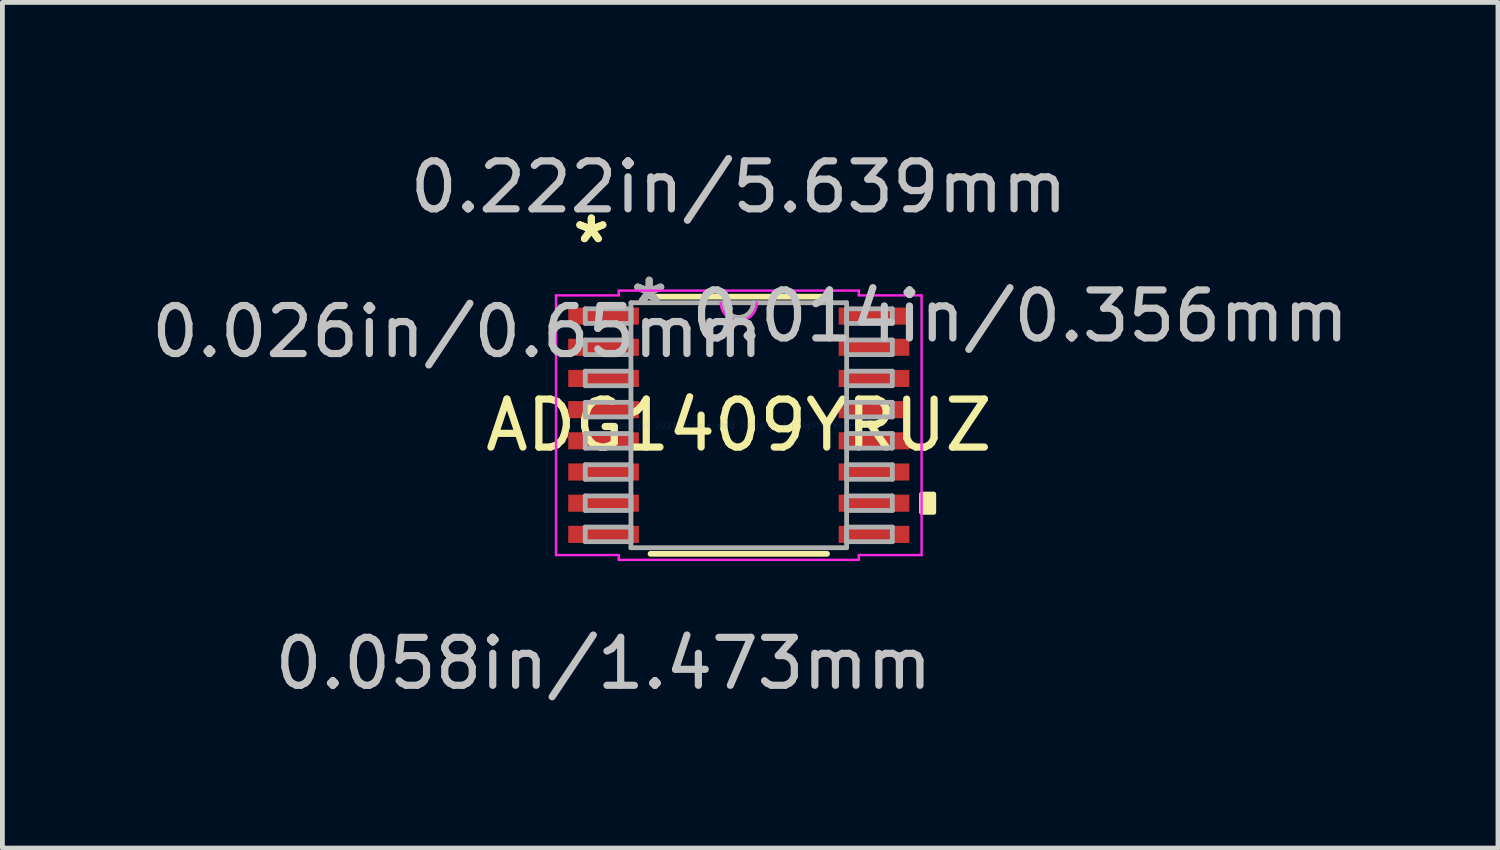
<source format=kicad_pcb>
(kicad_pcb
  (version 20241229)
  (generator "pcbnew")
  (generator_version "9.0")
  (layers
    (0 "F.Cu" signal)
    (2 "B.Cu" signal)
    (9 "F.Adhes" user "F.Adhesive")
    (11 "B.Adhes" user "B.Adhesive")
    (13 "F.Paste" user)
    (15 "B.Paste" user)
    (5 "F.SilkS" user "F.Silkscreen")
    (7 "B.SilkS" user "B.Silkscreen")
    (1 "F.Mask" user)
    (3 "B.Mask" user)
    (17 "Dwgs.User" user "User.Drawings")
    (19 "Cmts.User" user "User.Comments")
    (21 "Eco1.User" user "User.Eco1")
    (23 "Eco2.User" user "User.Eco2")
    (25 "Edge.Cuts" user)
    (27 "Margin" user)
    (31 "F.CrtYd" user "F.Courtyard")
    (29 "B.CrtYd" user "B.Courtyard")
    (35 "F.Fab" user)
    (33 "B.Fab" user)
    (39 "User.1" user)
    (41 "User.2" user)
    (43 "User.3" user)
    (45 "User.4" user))
  (footprint "ADG1409YRUZ"
    (layer "F.Cu")
    (at 12.35 5.814)
    (property "Reference" "ADG1409YRUZ" (at 0 0 0) (layer "F.SilkS") (effects (font (size 1 1) (thickness 0.15))))
    (attr through_hole)
    (fp_line (start -1.839 2.68) (end 1.839 2.68) (stroke (width 0.12) (type solid)) (layer "F.SilkS"))
    (fp_line (start 1.839 -2.68) (end -1.839 -2.68) (stroke (width 0.12) (type solid)) (layer "F.SilkS"))
    (fp_poly (pts (xy 4.064 1.435) (xy 4.064 1.816) (xy 3.81 1.816) (xy 3.81 1.435)) (stroke (width 0.1) (type solid)) (fill yes) (layer "F.SilkS"))
    (fp_line (start -3.81 -2.707) (end -2.502 -2.707) (stroke (width 0.05) (type solid)) (layer "F.CrtYd"))
    (fp_line (start -3.81 2.707) (end -3.81 -2.707) (stroke (width 0.05) (type solid)) (layer "F.CrtYd"))
    (fp_line (start -2.502 -2.807) (end 2.502 -2.807) (stroke (width 0.05) (type solid)) (layer "F.CrtYd"))
    (fp_line (start -2.502 -2.707) (end -2.502 -2.807) (stroke (width 0.05) (type solid)) (layer "F.CrtYd"))
    (fp_line (start -2.502 2.707) (end -3.81 2.707) (stroke (width 0.05) (type solid)) (layer "F.CrtYd"))
    (fp_line (start -2.502 2.807) (end -2.502 2.707) (stroke (width 0.05) (type solid)) (layer "F.CrtYd"))
    (fp_line (start 2.502 -2.807) (end 2.502 -2.707) (stroke (width 0.05) (type solid)) (layer "F.CrtYd"))
    (fp_line (start 2.502 -2.707) (end 3.81 -2.707) (stroke (width 0.05) (type solid)) (layer "F.CrtYd"))
    (fp_line (start 2.502 2.707) (end 2.502 2.807) (stroke (width 0.05) (type solid)) (layer "F.CrtYd"))
    (fp_line (start 2.502 2.807) (end -2.502 2.807) (stroke (width 0.05) (type solid)) (layer "F.CrtYd"))
    (fp_line (start 3.81 -2.707) (end 3.81 2.707) (stroke (width 0.05) (type solid)) (layer "F.CrtYd"))
    (fp_line (start 3.81 2.707) (end 2.502 2.707) (stroke (width 0.05) (type solid)) (layer "F.CrtYd"))
    (fp_arc (start 0.37465 -2.5527) (mid 0 -2.17805) (end -0.37465 -2.5527) (stroke (width 0.05) (type solid)) (layer "F.CrtYd"))
    (fp_line (start -3.2 -2.427) (end -3.2 -2.123) (stroke (width 0.1) (type solid)) (layer "F.Fab"))
    (fp_line (start -3.2 -2.123) (end -2.248 -2.123) (stroke (width 0.1) (type solid)) (layer "F.Fab"))
    (fp_line (start -3.2 -1.777) (end -3.2 -1.473) (stroke (width 0.1) (type solid)) (layer "F.Fab"))
    (fp_line (start -3.2 -1.473) (end -2.248 -1.473) (stroke (width 0.1) (type solid)) (layer "F.Fab"))
    (fp_line (start -3.2 -1.127) (end -3.2 -0.823) (stroke (width 0.1) (type solid)) (layer "F.Fab"))
    (fp_line (start -3.2 -0.823) (end -2.248 -0.823) (stroke (width 0.1) (type solid)) (layer "F.Fab"))
    (fp_line (start -3.2 -0.477) (end -3.2 -0.173) (stroke (width 0.1) (type solid)) (layer "F.Fab"))
    (fp_line (start -3.2 -0.173) (end -2.248 -0.173) (stroke (width 0.1) (type solid)) (layer "F.Fab"))
    (fp_line (start -3.2 0.173) (end -3.2 0.477) (stroke (width 0.1) (type solid)) (layer "F.Fab"))
    (fp_line (start -3.2 0.477) (end -2.248 0.477) (stroke (width 0.1) (type solid)) (layer "F.Fab"))
    (fp_line (start -3.2 0.823) (end -3.2 1.127) (stroke (width 0.1) (type solid)) (layer "F.Fab"))
    (fp_line (start -3.2 1.127) (end -2.248 1.127) (stroke (width 0.1) (type solid)) (layer "F.Fab"))
    (fp_line (start -3.2 1.473) (end -3.2 1.777) (stroke (width 0.1) (type solid)) (layer "F.Fab"))
    (fp_line (start -3.2 1.777) (end -2.248 1.777) (stroke (width 0.1) (type solid)) (layer "F.Fab"))
    (fp_line (start -3.2 2.123) (end -3.2 2.427) (stroke (width 0.1) (type solid)) (layer "F.Fab"))
    (fp_line (start -3.2 2.427) (end -2.248 2.427) (stroke (width 0.1) (type solid)) (layer "F.Fab"))
    (fp_line (start -2.248 -2.553) (end -2.248 2.553) (stroke (width 0.1) (type solid)) (layer "F.Fab"))
    (fp_line (start -2.248 -2.427) (end -3.2 -2.427) (stroke (width 0.1) (type solid)) (layer "F.Fab"))
    (fp_line (start -2.248 -2.123) (end -2.248 -2.427) (stroke (width 0.1) (type solid)) (layer "F.Fab"))
    (fp_line (start -2.248 -1.777) (end -3.2 -1.777) (stroke (width 0.1) (type solid)) (layer "F.Fab"))
    (fp_line (start -2.248 -1.473) (end -2.248 -1.777) (stroke (width 0.1) (type solid)) (layer "F.Fab"))
    (fp_line (start -2.248 -1.127) (end -3.2 -1.127) (stroke (width 0.1) (type solid)) (layer "F.Fab"))
    (fp_line (start -2.248 -0.823) (end -2.248 -1.127) (stroke (width 0.1) (type solid)) (layer "F.Fab"))
    (fp_line (start -2.248 -0.477) (end -3.2 -0.477) (stroke (width 0.1) (type solid)) (layer "F.Fab"))
    (fp_line (start -2.248 -0.173) (end -2.248 -0.477) (stroke (width 0.1) (type solid)) (layer "F.Fab"))
    (fp_line (start -2.248 0.173) (end -3.2 0.173) (stroke (width 0.1) (type solid)) (layer "F.Fab"))
    (fp_line (start -2.248 0.477) (end -2.248 0.173) (stroke (width 0.1) (type solid)) (layer "F.Fab"))
    (fp_line (start -2.248 0.823) (end -3.2 0.823) (stroke (width 0.1) (type solid)) (layer "F.Fab"))
    (fp_line (start -2.248 1.127) (end -2.248 0.823) (stroke (width 0.1) (type solid)) (layer "F.Fab"))
    (fp_line (start -2.248 1.473) (end -3.2 1.473) (stroke (width 0.1) (type solid)) (layer "F.Fab"))
    (fp_line (start -2.248 1.777) (end -2.248 1.473) (stroke (width 0.1) (type solid)) (layer "F.Fab"))
    (fp_line (start -2.248 2.123) (end -3.2 2.123) (stroke (width 0.1) (type solid)) (layer "F.Fab"))
    (fp_line (start -2.248 2.427) (end -2.248 2.123) (stroke (width 0.1) (type solid)) (layer "F.Fab"))
    (fp_line (start -2.248 2.553) (end 2.248 2.553) (stroke (width 0.1) (type solid)) (layer "F.Fab"))
    (fp_line (start 2.248 -2.553) (end -2.248 -2.553) (stroke (width 0.1) (type solid)) (layer "F.Fab"))
    (fp_line (start 2.248 -2.427) (end 2.248 -2.123) (stroke (width 0.1) (type solid)) (layer "F.Fab"))
    (fp_line (start 2.248 -2.123) (end 3.2 -2.123) (stroke (width 0.1) (type solid)) (layer "F.Fab"))
    (fp_line (start 2.248 -1.777) (end 2.248 -1.473) (stroke (width 0.1) (type solid)) (layer "F.Fab"))
    (fp_line (start 2.248 -1.473) (end 3.2 -1.473) (stroke (width 0.1) (type solid)) (layer "F.Fab"))
    (fp_line (start 2.248 -1.127) (end 2.248 -0.823) (stroke (width 0.1) (type solid)) (layer "F.Fab"))
    (fp_line (start 2.248 -0.823) (end 3.2 -0.823) (stroke (width 0.1) (type solid)) (layer "F.Fab"))
    (fp_line (start 2.248 -0.477) (end 2.248 -0.173) (stroke (width 0.1) (type solid)) (layer "F.Fab"))
    (fp_line (start 2.248 -0.173) (end 3.2 -0.173) (stroke (width 0.1) (type solid)) (layer "F.Fab"))
    (fp_line (start 2.248 0.173) (end 2.248 0.477) (stroke (width 0.1) (type solid)) (layer "F.Fab"))
    (fp_line (start 2.248 0.477) (end 3.2 0.477) (stroke (width 0.1) (type solid)) (layer "F.Fab"))
    (fp_line (start 2.248 0.823) (end 2.248 1.127) (stroke (width 0.1) (type solid)) (layer "F.Fab"))
    (fp_line (start 2.248 1.127) (end 3.2 1.127) (stroke (width 0.1) (type solid)) (layer "F.Fab"))
    (fp_line (start 2.248 1.473) (end 2.248 1.777) (stroke (width 0.1) (type solid)) (layer "F.Fab"))
    (fp_line (start 2.248 1.777) (end 3.2 1.777) (stroke (width 0.1) (type solid)) (layer "F.Fab"))
    (fp_line (start 2.248 2.123) (end 2.248 2.427) (stroke (width 0.1) (type solid)) (layer "F.Fab"))
    (fp_line (start 2.248 2.427) (end 3.2 2.427) (stroke (width 0.1) (type solid)) (layer "F.Fab"))
    (fp_line (start 2.248 2.553) (end 2.248 -2.553) (stroke (width 0.1) (type solid)) (layer "F.Fab"))
    (fp_line (start 3.2 -2.427) (end 2.248 -2.427) (stroke (width 0.1) (type solid)) (layer "F.Fab"))
    (fp_line (start 3.2 -2.123) (end 3.2 -2.427) (stroke (width 0.1) (type solid)) (layer "F.Fab"))
    (fp_line (start 3.2 -1.777) (end 2.248 -1.777) (stroke (width 0.1) (type solid)) (layer "F.Fab"))
    (fp_line (start 3.2 -1.473) (end 3.2 -1.777) (stroke (width 0.1) (type solid)) (layer "F.Fab"))
    (fp_line (start 3.2 -1.127) (end 2.248 -1.127) (stroke (width 0.1) (type solid)) (layer "F.Fab"))
    (fp_line (start 3.2 -0.823) (end 3.2 -1.127) (stroke (width 0.1) (type solid)) (layer "F.Fab"))
    (fp_line (start 3.2 -0.477) (end 2.248 -0.477) (stroke (width 0.1) (type solid)) (layer "F.Fab"))
    (fp_line (start 3.2 -0.173) (end 3.2 -0.477) (stroke (width 0.1) (type solid)) (layer "F.Fab"))
    (fp_line (start 3.2 0.173) (end 2.248 0.173) (stroke (width 0.1) (type solid)) (layer "F.Fab"))
    (fp_line (start 3.2 0.477) (end 3.2 0.173) (stroke (width 0.1) (type solid)) (layer "F.Fab"))
    (fp_line (start 3.2 0.823) (end 2.248 0.823) (stroke (width 0.1) (type solid)) (layer "F.Fab"))
    (fp_line (start 3.2 1.127) (end 3.2 0.823) (stroke (width 0.1) (type solid)) (layer "F.Fab"))
    (fp_line (start 3.2 1.473) (end 2.248 1.473) (stroke (width 0.1) (type solid)) (layer "F.Fab"))
    (fp_line (start 3.2 1.777) (end 3.2 1.473) (stroke (width 0.1) (type solid)) (layer "F.Fab"))
    (fp_line (start 3.2 2.123) (end 2.248 2.123) (stroke (width 0.1) (type solid)) (layer "F.Fab"))
    (fp_line (start 3.2 2.427) (end 3.2 2.123) (stroke (width 0.1) (type solid)) (layer "F.Fab"))
    (fp_arc (start 0.3048 -2.5527) (mid 0 -2.2479) (end -0.3048 -2.5527) (stroke (width 0.1) (type solid)) (layer "F.Fab"))
    (fp_text user "*" (at -3.073 -3.774 0) (layer "F.SilkS") (effects (font (size 1 1) (thickness 0.15))))
    (fp_text user "*" (at -3.073 -3.774 0) (layer "F.SilkS") (effects (font (size 1 1) (thickness 0.15))))
    (fp_text user "0.014in/0.356mm" (at 5.867 -2.275 0) (layer "Dwgs.User") (effects (font (size 1 1) (thickness 0.15))))
    (fp_text user "0.058in/1.473mm" (at -2.819 4.966 0) (layer "Dwgs.User") (effects (font (size 1 1) (thickness 0.15))))
    (fp_text user "0.222in/5.639mm" (at 0 -4.966 0) (layer "Dwgs.User") (effects (font (size 1 1) (thickness 0.15))))
    (fp_text user "0.026in/0.65mm" (at -5.867 -1.95 0) (layer "Dwgs.User") (effects (font (size 1 1) (thickness 0.15))))
    (fp_text user "Copyright 2021 Accelerated Designs. All rights reserved." (at 0 0 0) (layer "Cmts.User") (effects (font (size 0.127 0.127) (thickness 0.002))))
    (fp_text user "*" (at -1.867 -2.477 0) (layer "F.Fab") (effects (font (size 1 1) (thickness 0.15))))
    (fp_text user "*" (at -1.867 -2.477 0) (layer "F.Fab") (effects (font (size 1 1) (thickness 0.15))))
    (pad "1" smd rect (at -2.819 -2.275) (size 1.473 0.356) (layers "F.Cu" "F.Mask" "F.Paste"))
    (pad "2" smd rect (at -2.819 -1.625) (size 1.473 0.356) (layers "F.Cu" "F.Mask" "F.Paste"))
    (pad "3" smd rect (at -2.819 -0.975) (size 1.473 0.356) (layers "F.Cu" "F.Mask" "F.Paste"))
    (pad "4" smd rect (at -2.819 -0.325) (size 1.473 0.356) (layers "F.Cu" "F.Mask" "F.Paste"))
    (pad "5" smd rect (at -2.819 0.325) (size 1.473 0.356) (layers "F.Cu" "F.Mask" "F.Paste"))
    (pad "6" smd rect (at -2.819 0.975) (size 1.473 0.356) (layers "F.Cu" "F.Mask" "F.Paste"))
    (pad "7" smd rect (at -2.819 1.625) (size 1.473 0.356) (layers "F.Cu" "F.Mask" "F.Paste"))
    (pad "8" smd rect (at -2.819 2.275) (size 1.473 0.356) (layers "F.Cu" "F.Mask" "F.Paste"))
    (pad "9" smd rect (at 2.819 2.275) (size 1.473 0.356) (layers "F.Cu" "F.Mask" "F.Paste"))
    (pad "10" smd rect (at 2.819 1.625) (size 1.473 0.356) (layers "F.Cu" "F.Mask" "F.Paste"))
    (pad "11" smd rect (at 2.819 0.975) (size 1.473 0.356) (layers "F.Cu" "F.Mask" "F.Paste"))
    (pad "12" smd rect (at 2.819 0.325) (size 1.473 0.356) (layers "F.Cu" "F.Mask" "F.Paste"))
    (pad "13" smd rect (at 2.819 -0.325) (size 1.473 0.356) (layers "F.Cu" "F.Mask" "F.Paste"))
    (pad "14" smd rect (at 2.819 -0.975) (size 1.473 0.356) (layers "F.Cu" "F.Mask" "F.Paste"))
    (pad "15" smd rect (at 2.819 -1.625) (size 1.473 0.356) (layers "F.Cu" "F.Mask" "F.Paste"))
    (pad "16" smd rect (at 2.819 -2.275) (size 1.473 0.356) (layers "F.Cu" "F.Mask" "F.Paste")))
  (gr_rect
    (start -3 -3)
    (end 28.175 14.628)
    (stroke (width 0.1) (type default))
    (fill no)
    (layer "Edge.Cuts")))
</source>
